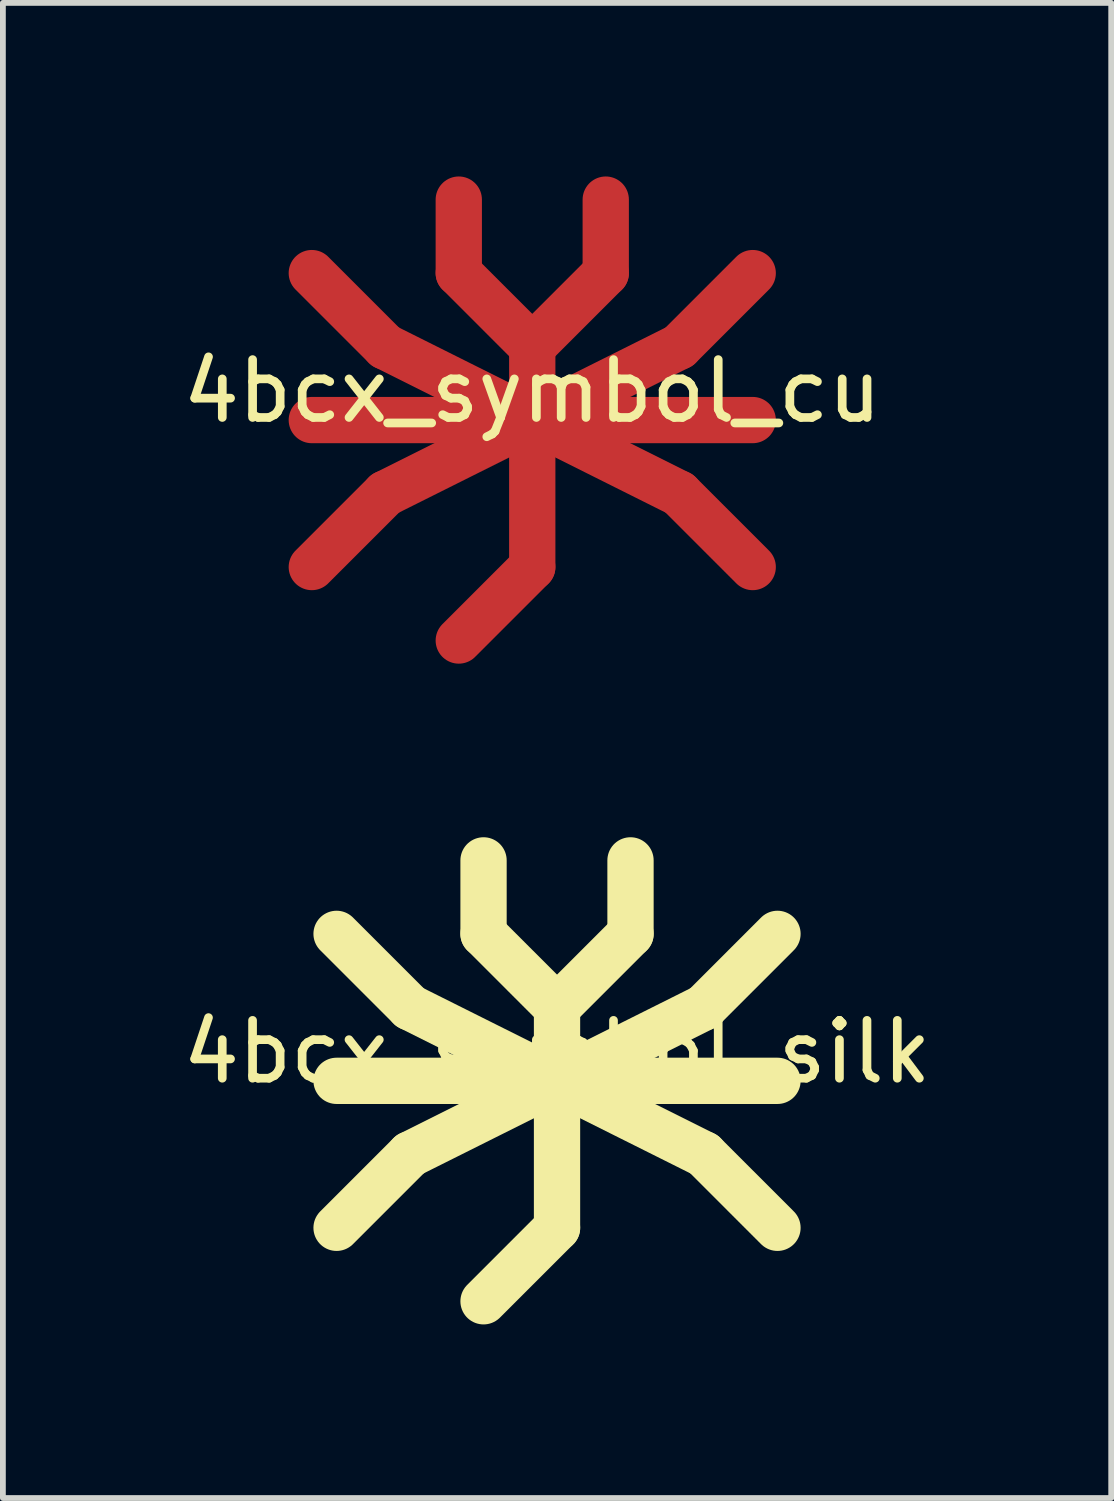
<source format=kicad_pcb>
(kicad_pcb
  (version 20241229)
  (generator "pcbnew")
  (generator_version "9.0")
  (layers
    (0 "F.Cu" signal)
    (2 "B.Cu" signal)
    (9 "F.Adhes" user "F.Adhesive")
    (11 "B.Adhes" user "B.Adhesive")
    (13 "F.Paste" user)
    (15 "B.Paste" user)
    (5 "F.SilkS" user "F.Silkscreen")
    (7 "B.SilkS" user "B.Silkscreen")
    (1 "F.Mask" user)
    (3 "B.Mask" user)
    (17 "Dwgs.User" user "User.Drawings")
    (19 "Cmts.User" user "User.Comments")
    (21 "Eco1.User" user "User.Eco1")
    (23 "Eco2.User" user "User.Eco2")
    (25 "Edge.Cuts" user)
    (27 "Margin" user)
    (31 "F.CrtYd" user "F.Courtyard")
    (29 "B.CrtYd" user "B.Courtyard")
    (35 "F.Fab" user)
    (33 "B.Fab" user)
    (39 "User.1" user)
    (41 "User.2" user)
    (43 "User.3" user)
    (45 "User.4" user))
  (footprint "4bcx_symbol_silk"
    (layer "F.Cu")
    (at 6.577 15.63)
    (property "Reference" "4bcx_symbol_silk" (at 0 -0.5 0) (unlocked yes) (layer "F.SilkS") (effects (font (size 1 1) (thickness 0.15))))
    (attr board_only exclude_from_pos_files exclude_from_bom)
    (fp_line (start -3.81 -2.54) (end -2.54 -1.27) (stroke (width 0.8) (type solid)) (layer "F.SilkS"))
    (fp_line (start -3.81 0) (end 3.81 0) (stroke (width 0.8) (type solid)) (layer "F.SilkS"))
    (fp_line (start -2.54 -1.27) (end 2.54 1.27) (stroke (width 0.8) (type solid)) (layer "F.SilkS"))
    (fp_line (start -2.54 1.27) (end -3.81 2.54) (stroke (width 0.8) (type solid)) (layer "F.SilkS"))
    (fp_line (start -1.27 -2.54) (end -1.27 -3.81) (stroke (width 0.8) (type solid)) (layer "F.SilkS"))
    (fp_line (start 0 -1.27) (end -1.27 -2.54) (stroke (width 0.8) (type solid)) (layer "F.SilkS"))
    (fp_line (start 0 -1.27) (end 0 2.54) (stroke (width 0.8) (type solid)) (layer "F.SilkS"))
    (fp_line (start 0 2.54) (end -1.27 3.81) (stroke (width 0.8) (type solid)) (layer "F.SilkS"))
    (fp_line (start 1.27 -3.81) (end 1.27 -2.54) (stroke (width 0.8) (type solid)) (layer "F.SilkS"))
    (fp_line (start 1.27 -2.54) (end 0 -1.27) (stroke (width 0.8) (type solid)) (layer "F.SilkS"))
    (fp_line (start 2.54 -1.27) (end -2.54 1.27) (stroke (width 0.8) (type solid)) (layer "F.SilkS"))
    (fp_line (start 2.54 1.27) (end 3.81 2.54) (stroke (width 0.8) (type solid)) (layer "F.SilkS"))
    (fp_line (start 3.81 -2.54) (end 2.54 -1.27) (stroke (width 0.8) (type solid)) (layer "F.SilkS")))
  (footprint "4bcx_symbol_cu"
    (layer "F.Cu")
    (at 6.149 4.21)
    (property "Reference" "4bcx_symbol_cu" (at 0 -0.5 0) (unlocked yes) (layer "F.SilkS") (effects (font (size 1 1) (thickness 0.15))))
    (attr board_only exclude_from_pos_files exclude_from_bom)
    (fp_line (start -3.81 -2.54) (end -2.54 -1.27) (stroke (width 0.8) (type solid)) (layer "F.Cu"))
    (fp_line (start -3.81 0) (end 3.81 0) (stroke (width 0.8) (type solid)) (layer "F.Cu"))
    (fp_line (start -2.54 -1.27) (end 2.54 1.27) (stroke (width 0.8) (type solid)) (layer "F.Cu"))
    (fp_line (start -2.54 1.27) (end -3.81 2.54) (stroke (width 0.8) (type solid)) (layer "F.Cu"))
    (fp_line (start -1.27 -2.54) (end -1.27 -3.81) (stroke (width 0.8) (type solid)) (layer "F.Cu"))
    (fp_line (start 0 -1.27) (end -1.27 -2.54) (stroke (width 0.8) (type solid)) (layer "F.Cu"))
    (fp_line (start 0 -1.27) (end 0 2.54) (stroke (width 0.8) (type solid)) (layer "F.Cu"))
    (fp_line (start 0 2.54) (end -1.27 3.81) (stroke (width 0.8) (type solid)) (layer "F.Cu"))
    (fp_line (start 1.27 -3.81) (end 1.27 -2.54) (stroke (width 0.8) (type solid)) (layer "F.Cu"))
    (fp_line (start 1.27 -2.54) (end 0 -1.27) (stroke (width 0.8) (type solid)) (layer "F.Cu"))
    (fp_line (start 2.54 -1.27) (end -2.54 1.27) (stroke (width 0.8) (type solid)) (layer "F.Cu"))
    (fp_line (start 2.54 1.27) (end 3.81 2.54) (stroke (width 0.8) (type solid)) (layer "F.Cu"))
    (fp_line (start 3.81 -2.54) (end 2.54 -1.27) (stroke (width 0.8) (type solid)) (layer "F.Cu")))
  (gr_rect
    (start -3 -3)
    (end 16.155 22.84)
    (stroke (width 0.1) (type default))
    (fill no)
    (layer "Edge.Cuts")))
</source>
